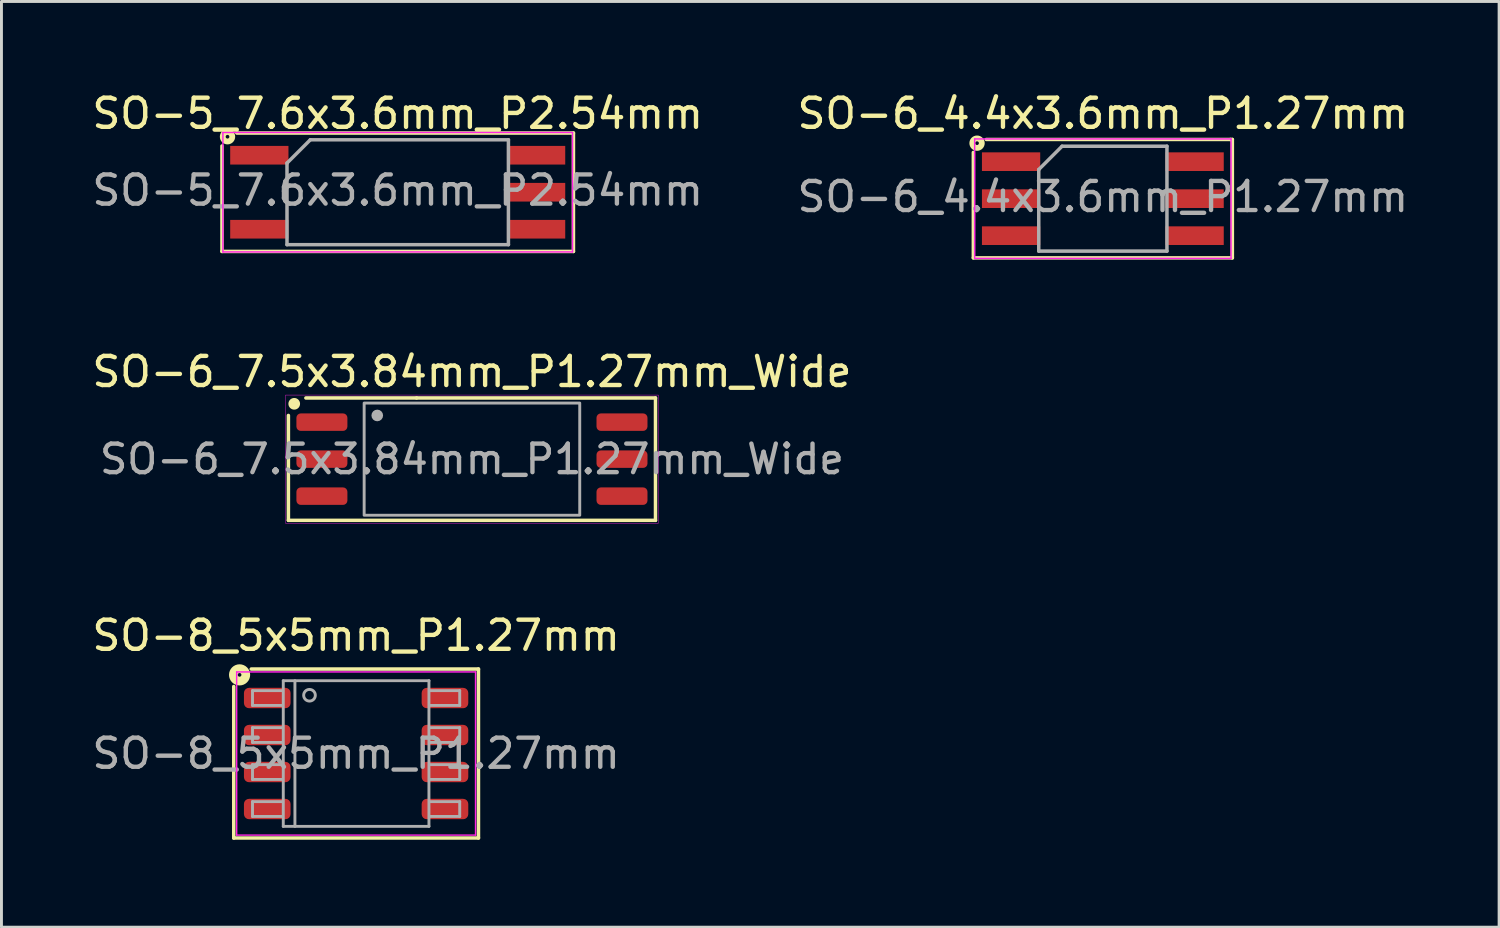
<source format=kicad_pcb>
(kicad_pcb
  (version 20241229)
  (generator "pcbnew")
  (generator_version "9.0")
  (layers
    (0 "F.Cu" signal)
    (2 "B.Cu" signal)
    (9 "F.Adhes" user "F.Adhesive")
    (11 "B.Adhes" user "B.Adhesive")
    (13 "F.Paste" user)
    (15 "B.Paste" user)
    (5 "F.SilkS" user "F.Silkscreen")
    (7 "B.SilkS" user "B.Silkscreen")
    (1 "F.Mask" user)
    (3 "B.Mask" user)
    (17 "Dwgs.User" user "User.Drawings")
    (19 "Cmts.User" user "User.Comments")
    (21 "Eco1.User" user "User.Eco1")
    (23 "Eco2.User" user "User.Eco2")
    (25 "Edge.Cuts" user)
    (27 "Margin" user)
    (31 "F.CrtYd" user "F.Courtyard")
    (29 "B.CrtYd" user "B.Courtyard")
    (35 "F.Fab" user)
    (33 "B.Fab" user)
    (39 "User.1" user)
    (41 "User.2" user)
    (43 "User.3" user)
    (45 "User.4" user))
  (footprint "SO-6_4.4x3.6mm_P1.27mm"
    (layer "F.Cu")
    (at 34.804 3.769)
    (property "Reference" "SO-6_4.4x3.6mm_P1.27mm" (at 0 -2.921 0) (layer "F.SilkS") (effects (font (size 1 1) (thickness 0.15))))
    (attr smd)
    (fp_line (start -4.445 2.032) (end -4.445 -1.587) (stroke (width 0.12) (type solid)) (layer "F.SilkS"))
    (fp_line (start -4 -2.032) (end 4.381 -2.032) (stroke (width 0.12) (type solid)) (layer "F.SilkS"))
    (fp_line (start 4.381 -2.032) (end 4.445 -2.032) (stroke (width 0.12) (type solid)) (layer "F.SilkS"))
    (fp_line (start 4.445 -2.032) (end 4.445 2.032) (stroke (width 0.12) (type solid)) (layer "F.SilkS"))
    (fp_line (start 4.445 2.032) (end -4.445 2.032) (stroke (width 0.12) (type solid)) (layer "F.SilkS"))
    (fp_circle (center -4.318 -1.905) (end -4.255 -1.905) (stroke (width 0.2) (type solid)) (fill no) (layer "F.SilkS"))
    (fp_line (start -4.4 -2.05) (end -4.4 2.05) (stroke (width 0.05) (type solid)) (layer "F.CrtYd"))
    (fp_line (start -4.4 -2.05) (end 4.4 -2.05) (stroke (width 0.05) (type solid)) (layer "F.CrtYd"))
    (fp_line (start 4.4 2.05) (end -4.4 2.05) (stroke (width 0.05) (type solid)) (layer "F.CrtYd"))
    (fp_line (start 4.4 2.05) (end 4.4 -2.05) (stroke (width 0.05) (type solid)) (layer "F.CrtYd"))
    (fp_line (start -2.2 -1) (end -1.4 -1.8) (stroke (width 0.12) (type solid)) (layer "F.Fab"))
    (fp_line (start -2.2 1.8) (end -2.2 -1) (stroke (width 0.12) (type solid)) (layer "F.Fab"))
    (fp_line (start -1.4 -1.8) (end 2.2 -1.8) (stroke (width 0.12) (type solid)) (layer "F.Fab"))
    (fp_line (start 2.2 -1.8) (end 2.2 1.8) (stroke (width 0.12) (type solid)) (layer "F.Fab"))
    (fp_line (start 2.2 1.8) (end -2.2 1.8) (stroke (width 0.12) (type solid)) (layer "F.Fab"))
    (fp_text user "${REFERENCE}" (at 0 -0.065 0) (layer "F.Fab") (effects (font (size 1 1) (thickness 0.15))))
    (pad "1" smd rect (at -3.15 -1.27) (size 2 0.64) (layers "F.Cu" "F.Mask" "F.Paste"))
    (pad "2" smd rect (at -3.15 0) (size 2 0.64) (layers "F.Cu" "F.Mask" "F.Paste"))
    (pad "3" smd rect (at -3.15 1.27) (size 2 0.64) (layers "F.Cu" "F.Mask" "F.Paste"))
    (pad "4" smd rect (at 3.15 1.27) (size 2 0.64) (layers "F.Cu" "F.Mask" "F.Paste"))
    (pad "5" smd rect (at 3.15 0) (size 2 0.64) (layers "F.Cu" "F.Mask" "F.Paste"))
    (pad "6" smd rect (at 3.15 -1.27) (size 2 0.64) (layers "F.Cu" "F.Mask" "F.Paste")))
  (footprint "SO-8_5x5mm_P1.27mm"
    (layer "F.Cu")
    (at 9.173 22.814)
    (property "Reference" "SO-8_5x5mm_P1.27mm" (at 0 -4.05 0) (layer "F.SilkS") (effects (font (size 1 1) (thickness 0.15))))
    (attr smd)
    (fp_line (start -4.2 -2.3) (end -4.2 2.9) (stroke (width 0.12) (type solid)) (layer "F.SilkS"))
    (fp_line (start -4.2 2.9) (end 4.2 2.9) (stroke (width 0.12) (type solid)) (layer "F.SilkS"))
    (fp_line (start 4.2 -2.9) (end -3.6 -2.9) (stroke (width 0.12) (type solid)) (layer "F.SilkS"))
    (fp_line (start 4.2 2.9) (end 4.2 -2.9) (stroke (width 0.12) (type solid)) (layer "F.SilkS"))
    (fp_circle (center -4 -2.7) (end -3.937 -2.7) (stroke (width 0.3) (type solid)) (fill no) (layer "F.SilkS"))
    (fp_line (start -4.1 -2.8) (end -4.1 2.8) (stroke (width 0.05) (type solid)) (layer "F.CrtYd"))
    (fp_line (start -4.1 2.8) (end 4.1 2.8) (stroke (width 0.05) (type solid)) (layer "F.CrtYd"))
    (fp_line (start 4.1 -2.8) (end -4.1 -2.8) (stroke (width 0.05) (type solid)) (layer "F.CrtYd"))
    (fp_line (start 4.1 2.8) (end 4.1 -2.8) (stroke (width 0.05) (type solid)) (layer "F.CrtYd"))
    (fp_line (start -3.556 -2.159) (end -3.556 -1.651) (stroke (width 0.1) (type solid)) (layer "F.Fab"))
    (fp_line (start -3.556 -2.159) (end -2.54 -2.159) (stroke (width 0.1) (type solid)) (layer "F.Fab"))
    (fp_line (start -3.556 -1.651) (end -2.54 -1.651) (stroke (width 0.1) (type solid)) (layer "F.Fab"))
    (fp_line (start -3.556 -0.889) (end -3.556 -0.381) (stroke (width 0.1) (type solid)) (layer "F.Fab"))
    (fp_line (start -3.556 -0.889) (end -2.54 -0.889) (stroke (width 0.1) (type solid)) (layer "F.Fab"))
    (fp_line (start -3.556 -0.381) (end -2.54 -0.381) (stroke (width 0.1) (type solid)) (layer "F.Fab"))
    (fp_line (start -3.556 0.381) (end -3.556 0.889) (stroke (width 0.1) (type solid)) (layer "F.Fab"))
    (fp_line (start -3.556 0.381) (end -2.54 0.381) (stroke (width 0.1) (type solid)) (layer "F.Fab"))
    (fp_line (start -3.556 0.889) (end -2.54 0.889) (stroke (width 0.1) (type solid)) (layer "F.Fab"))
    (fp_line (start -3.556 1.651) (end -3.556 2.159) (stroke (width 0.1) (type solid)) (layer "F.Fab"))
    (fp_line (start -3.556 1.651) (end -2.54 1.651) (stroke (width 0.1) (type solid)) (layer "F.Fab"))
    (fp_line (start -3.556 2.159) (end -2.54 2.159) (stroke (width 0.1) (type solid)) (layer "F.Fab"))
    (fp_line (start -2.5 -2.5) (end 2.5 -2.5) (stroke (width 0.1) (type solid)) (layer "F.Fab"))
    (fp_line (start -2.5 2.5) (end -2.5 -2.5) (stroke (width 0.1) (type solid)) (layer "F.Fab"))
    (fp_line (start -2.1 -2.5) (end -2.1 2.5) (stroke (width 0.1) (type solid)) (layer "F.Fab"))
    (fp_line (start 2.5 -2.5) (end 2.5 2.5) (stroke (width 0.1) (type solid)) (layer "F.Fab"))
    (fp_line (start 2.5 2.5) (end -2.5 2.5) (stroke (width 0.1) (type solid)) (layer "F.Fab"))
    (fp_line (start 3.556 -2.159) (end 2.54 -2.159) (stroke (width 0.1) (type solid)) (layer "F.Fab"))
    (fp_line (start 3.556 -1.651) (end 2.54 -1.651) (stroke (width 0.1) (type solid)) (layer "F.Fab"))
    (fp_line (start 3.556 -1.651) (end 3.556 -2.159) (stroke (width 0.1) (type solid)) (layer "F.Fab"))
    (fp_line (start 3.556 -0.889) (end 2.54 -0.889) (stroke (width 0.1) (type solid)) (layer "F.Fab"))
    (fp_line (start 3.556 -0.381) (end 2.54 -0.381) (stroke (width 0.1) (type solid)) (layer "F.Fab"))
    (fp_line (start 3.556 -0.381) (end 3.556 -0.889) (stroke (width 0.1) (type solid)) (layer "F.Fab"))
    (fp_line (start 3.556 0.381) (end 2.54 0.381) (stroke (width 0.1) (type solid)) (layer "F.Fab"))
    (fp_line (start 3.556 0.889) (end 2.54 0.889) (stroke (width 0.1) (type solid)) (layer "F.Fab"))
    (fp_line (start 3.556 0.889) (end 3.556 0.381) (stroke (width 0.1) (type solid)) (layer "F.Fab"))
    (fp_line (start 3.556 1.651) (end 2.54 1.651) (stroke (width 0.1) (type solid)) (layer "F.Fab"))
    (fp_line (start 3.556 2.159) (end 2.54 2.159) (stroke (width 0.1) (type solid)) (layer "F.Fab"))
    (fp_line (start 3.556 2.159) (end 3.556 1.651) (stroke (width 0.1) (type solid)) (layer "F.Fab"))
    (fp_circle (center -1.6 -2) (end -1.4 -2) (stroke (width 0.1) (type solid)) (fill no) (layer "F.Fab"))
    (fp_text user "${REFERENCE}" (at 0 0 0) (layer "F.Fab") (effects (font (size 1 1) (thickness 0.15))))
    (pad "1" smd roundrect (at -3.05 -1.905) (size 1.6 0.7) (layers "F.Cu" "F.Mask" "F.Paste") (roundrect_rratio 0.25))
    (pad "2" smd roundrect (at -3.05 -0.635) (size 1.6 0.7) (layers "F.Cu" "F.Mask" "F.Paste") (roundrect_rratio 0.25))
    (pad "3" smd roundrect (at -3.05 0.635) (size 1.6 0.7) (layers "F.Cu" "F.Mask" "F.Paste") (roundrect_rratio 0.25))
    (pad "4" smd roundrect (at -3.05 1.905) (size 1.6 0.7) (layers "F.Cu" "F.Mask" "F.Paste") (roundrect_rratio 0.25))
    (pad "5" smd roundrect (at 3.05 1.905) (size 1.6 0.7) (layers "F.Cu" "F.Mask" "F.Paste") (roundrect_rratio 0.25))
    (pad "6" smd roundrect (at 3.05 0.635) (size 1.6 0.7) (layers "F.Cu" "F.Mask" "F.Paste") (roundrect_rratio 0.25))
    (pad "7" smd roundrect (at 3.05 -0.635) (size 1.6 0.7) (layers "F.Cu" "F.Mask" "F.Paste") (roundrect_rratio 0.25))
    (pad "8" smd roundrect (at 3.05 -1.905) (size 1.6 0.7) (layers "F.Cu" "F.Mask" "F.Paste") (roundrect_rratio 0.25)))
  (footprint "SO-5_7.6x3.6mm_P2.54mm"
    (layer "F.Cu")
    (at 10.601 3.548)
    (property "Reference" "SO-5_7.6x3.6mm_P2.54mm" (at 0 -2.7 0) (layer "F.SilkS") (effects (font (size 1 1) (thickness 0.15))))
    (attr smd)
    (fp_line (start -6.032 -1.587) (end -6.032 2.032) (stroke (width 0.12) (type solid)) (layer "F.SilkS"))
    (fp_line (start -6.032 2.032) (end 6.032 2.032) (stroke (width 0.12) (type solid)) (layer "F.SilkS"))
    (fp_line (start 6.032 -2.032) (end -5.524 -2.032) (stroke (width 0.12) (type solid)) (layer "F.SilkS"))
    (fp_line (start 6.032 2.032) (end 6.032 -2.032) (stroke (width 0.12) (type solid)) (layer "F.SilkS"))
    (fp_circle (center -5.842 -1.905) (end -5.779 -1.905) (stroke (width 0.2) (type solid)) (fill no) (layer "F.SilkS"))
    (fp_line (start -6 -2.05) (end -6 2.05) (stroke (width 0.05) (type solid)) (layer "F.CrtYd"))
    (fp_line (start -6 -2.05) (end 6 -2.05) (stroke (width 0.05) (type solid)) (layer "F.CrtYd"))
    (fp_line (start 6 2.05) (end -6 2.05) (stroke (width 0.05) (type solid)) (layer "F.CrtYd"))
    (fp_line (start 6 2.05) (end 6 -2.05) (stroke (width 0.05) (type solid)) (layer "F.CrtYd"))
    (fp_line (start -3.8 -1) (end -3 -1.8) (stroke (width 0.12) (type solid)) (layer "F.Fab"))
    (fp_line (start -3.8 1.8) (end -3.8 -1) (stroke (width 0.12) (type solid)) (layer "F.Fab"))
    (fp_line (start -3 -1.8) (end 3.8 -1.8) (stroke (width 0.12) (type solid)) (layer "F.Fab"))
    (fp_line (start 3.8 -1.8) (end 3.8 1.8) (stroke (width 0.12) (type solid)) (layer "F.Fab"))
    (fp_line (start 3.8 1.8) (end -3.8 1.8) (stroke (width 0.12) (type solid)) (layer "F.Fab"))
    (fp_text user "${REFERENCE}" (at 0 -0.065 0) (layer "F.Fab") (effects (font (size 1 1) (thickness 0.15))))
    (pad "1" smd rect (at -4.75 -1.27) (size 2 0.64) (layers "F.Cu" "F.Mask" "F.Paste"))
    (pad "3" smd rect (at -4.75 1.27) (size 2 0.64) (layers "F.Cu" "F.Mask" "F.Paste"))
    (pad "4" smd rect (at 4.75 1.27) (size 2 0.64) (layers "F.Cu" "F.Mask" "F.Paste"))
    (pad "5" smd rect (at 4.75 0) (size 2 0.64) (layers "F.Cu" "F.Mask" "F.Paste"))
    (pad "6" smd rect (at 4.75 -1.27) (size 2 0.64) (layers "F.Cu" "F.Mask" "F.Paste")))
  (footprint "SO-6_7.5x3.84mm_P1.27mm_Wide"
    (layer "F.Cu")
    (at 13.149 12.71)
    (property "Reference" "SO-6_7.5x3.84mm_P1.27mm_Wide" (at 0 -3 0) (layer "F.SilkS") (effects (font (size 1 1) (thickness 0.15))))
    (attr smd)
    (fp_line (start -6.3 2.1) (end -6.3 -1.5) (stroke (width 0.12) (type solid)) (layer "F.SilkS"))
    (fp_line (start -1.9 -2.1) (end -5.7 -2.1) (stroke (width 0.12) (type solid)) (layer "F.SilkS"))
    (fp_line (start -1.9 -2.1) (end 6.3 -2.1) (stroke (width 0.12) (type solid)) (layer "F.SilkS"))
    (fp_line (start 6.3 -2.1) (end 6.3 2.1) (stroke (width 0.12) (type solid)) (layer "F.SilkS"))
    (fp_line (start 6.3 2.1) (end -6.3 2.1) (stroke (width 0.12) (type solid)) (layer "F.SilkS"))
    (fp_circle (center -6.1 -1.9) (end -6 -1.9) (stroke (width 0.2) (type solid)) (fill yes) (layer "F.SilkS"))
    (fp_rect (start -6.4 -2.2) (end 6.4 2.2) (stroke (width 0.013) (type solid)) (fill no) (layer "F.CrtYd"))
    (fp_rect (start -3.7 -1.925) (end 3.7 1.925) (stroke (width 0.1) (type solid)) (fill no) (layer "F.Fab"))
    (fp_circle (center -3.25 -1.5) (end -3.15 -1.5) (stroke (width 0.2) (type solid)) (fill no) (layer "F.Fab"))
    (fp_text user "${REFERENCE}" (at 0 0 0) (layer "F.Fab") (effects (font (size 0.98 0.98) (thickness 0.15))))
    (pad "1" smd roundrect (at -5.15 -1.27) (size 1.75 0.6) (layers "F.Cu" "F.Mask" "F.Paste") (roundrect_rratio 0.25))
    (pad "2" smd roundrect (at -5.15 0) (size 1.75 0.6) (layers "F.Cu" "F.Mask" "F.Paste") (roundrect_rratio 0.25))
    (pad "3" smd roundrect (at -5.15 1.27) (size 1.75 0.6) (layers "F.Cu" "F.Mask" "F.Paste") (roundrect_rratio 0.25))
    (pad "4" smd roundrect (at 5.15 1.27) (size 1.75 0.6) (layers "F.Cu" "F.Mask" "F.Paste") (roundrect_rratio 0.25))
    (pad "5" smd roundrect (at 5.15 0) (size 1.75 0.6) (layers "F.Cu" "F.Mask" "F.Paste") (roundrect_rratio 0.25))
    (pad "6" smd roundrect (at 5.15 -1.27) (size 1.75 0.6) (layers "F.Cu" "F.Mask" "F.Paste") (roundrect_rratio 0.25)))
  (gr_rect
    (start -3 -3)
    (end 48.405 28.774)
    (stroke (width 0.1) (type default))
    (fill no)
    (layer "Edge.Cuts")))
</source>
